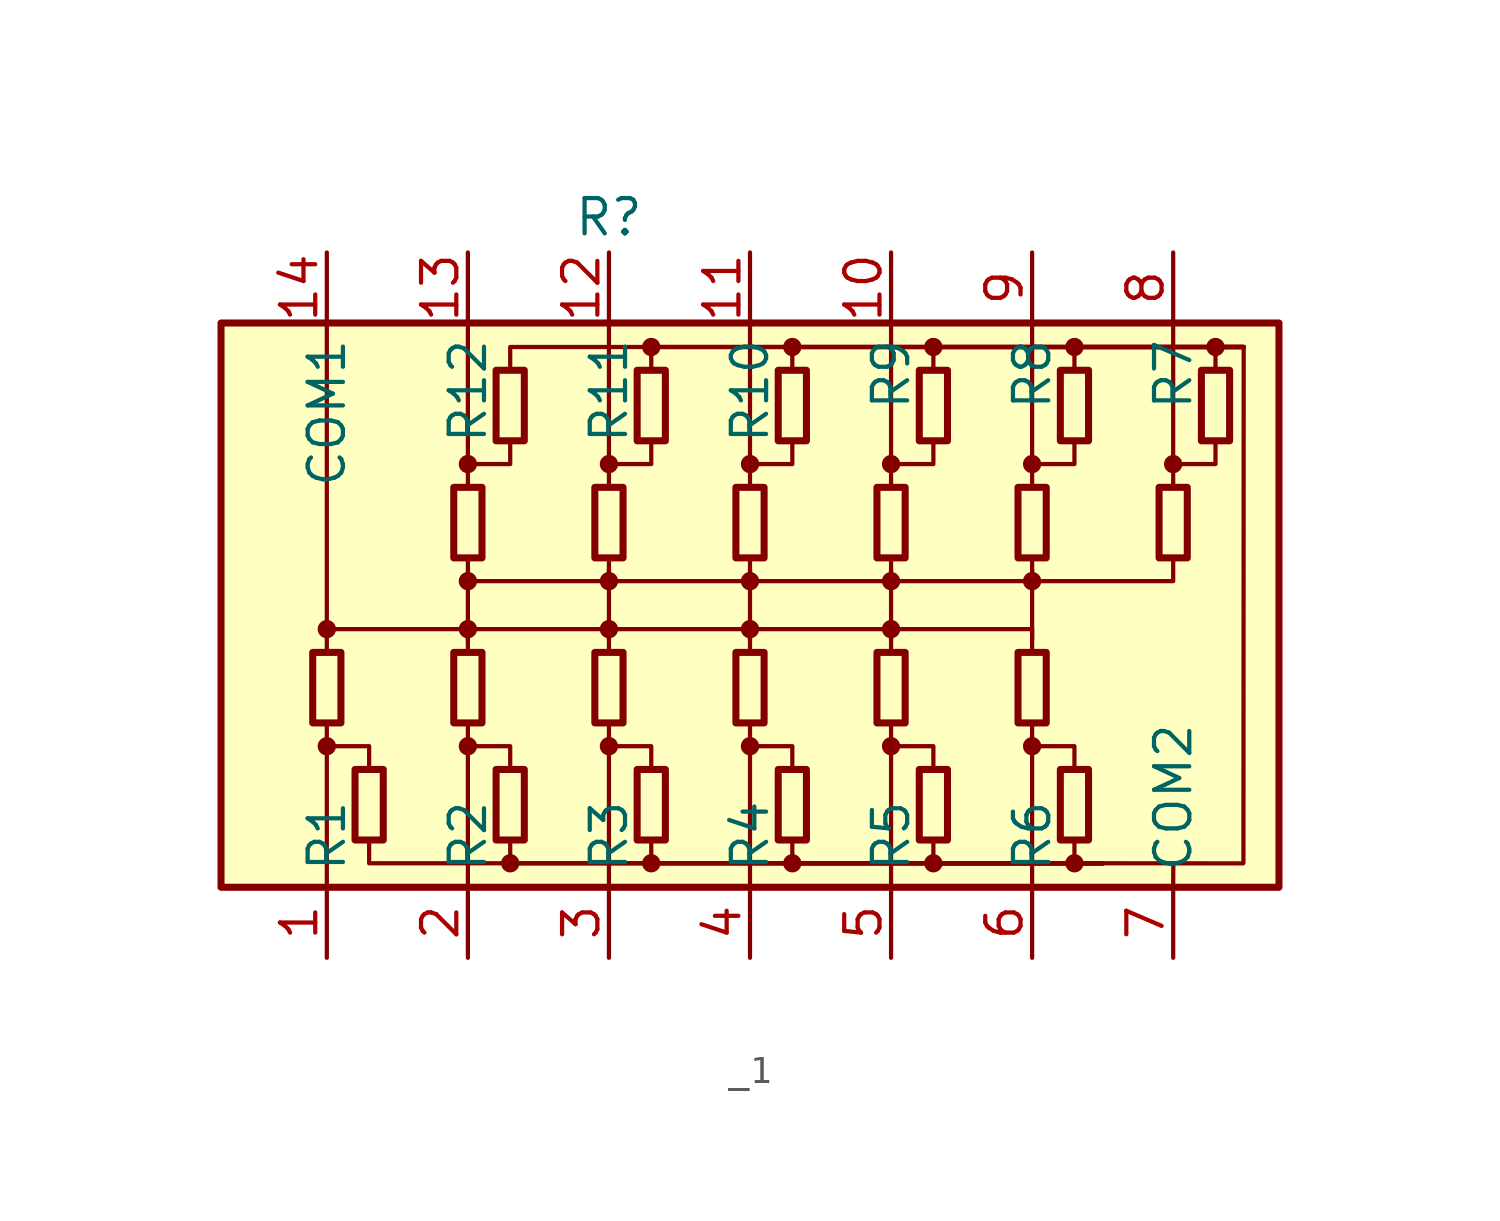
<source format=kicad_sym>
(kicad_symbol_lib
  (version 20241209)
  (generator "kicad_symbol_editor")
  (generator_version "9.0")
  (symbol "_1"
    (property "Reference" "R"
      (at 0 0 0)
      (effects (font (size 1.27 1.27))))
    (property "Value" ""
      (at 0 0 0)
      (effects (font (size 1.27 1.27))))
    (symbol "_1_0_1"
      (rectangle (start -13.97 -3.81) (end 24.13 -24.13) (stroke (width 0.254) (type default)) (fill (type background)))
      (rectangle (start -10.668 -15.672) (end -9.652 -18.212) (stroke (width 0.254) (type default)) (fill (type none)))
      (polyline (pts (xy -10.16 -3.81) (xy -10.16 -15.672)) (stroke (width 0) (type default)) (fill (type none)))
      (circle (center -10.16 -14.834) (radius 0.254) (stroke (width 0) (type default)) (fill (type outline)))
      (polyline (pts (xy -10.16 -14.834) (xy -5.08 -14.834) (xy -5.08 -15.672)) (stroke (width 0) (type default)) (fill (type none)))
      (circle (center -10.16 -19.05) (radius 0.254) (stroke (width 0) (type default)) (fill (type outline)))
      (polyline (pts (xy -10.16 -19.05) (xy -8.636 -19.05) (xy -8.636 -19.888)) (stroke (width 0) (type default)) (fill (type none)))
      (polyline (pts (xy -10.16 -24.13) (xy -10.16 -18.212)) (stroke (width 0) (type default)) (fill (type none)))
      (rectangle (start -9.144 -22.428) (end -8.128 -19.888) (stroke (width 0.254) (type default)) (fill (type none)))
      (polyline (pts (xy -8.636 -22.428) (xy -8.636 -23.266) (xy 17.78 -23.266)) (stroke (width 0) (type default)) (fill (type none)))
      (rectangle (start -5.588 -12.268) (end -4.572 -9.728) (stroke (width 0.254) (type default)) (fill (type none)))
      (rectangle (start -5.588 -15.672) (end -4.572 -18.212) (stroke (width 0.254) (type default)) (fill (type none)))
      (polyline (pts (xy -5.08 -3.81) (xy -5.08 -9.728)) (stroke (width 0) (type default)) (fill (type none)))
      (circle (center -5.08 -8.89) (radius 0.254) (stroke (width 0) (type default)) (fill (type outline)))
      (polyline (pts (xy -5.08 -8.89) (xy -3.556 -8.89) (xy -3.556 -8.052)) (stroke (width 0) (type default)) (fill (type none)))
      (circle (center -5.08 -13.106) (radius 0.254) (stroke (width 0) (type default)) (fill (type outline)))
      (polyline (pts (xy -5.08 -13.106) (xy 0 -13.106) (xy 0 -12.268)) (stroke (width 0) (type default)) (fill (type none)))
      (circle (center -5.08 -14.834) (radius 0.254) (stroke (width 0) (type default)) (fill (type outline)))
      (polyline (pts (xy -5.08 -14.834) (xy 0 -14.834) (xy 0 -15.672)) (stroke (width 0) (type default)) (fill (type none)))
      (polyline (pts (xy -5.08 -15.24) (xy -5.08 -12.268)) (stroke (width 0) (type default)) (fill (type none)))
      (circle (center -5.08 -19.05) (radius 0.254) (stroke (width 0) (type default)) (fill (type outline)))
      (polyline (pts (xy -5.08 -19.05) (xy -3.556 -19.05) (xy -3.556 -19.888)) (stroke (width 0) (type default)) (fill (type none)))
      (polyline (pts (xy -5.08 -24.13) (xy -5.08 -18.212)) (stroke (width 0) (type default)) (fill (type none)))
      (rectangle (start -4.064 -5.512) (end -3.048 -8.052) (stroke (width 0.254) (type default)) (fill (type none)))
      (rectangle (start -4.064 -22.428) (end -3.048 -19.888) (stroke (width 0.254) (type default)) (fill (type none)))
      (polyline (pts (xy -3.556 -5.512) (xy -3.556 -4.674) (xy 22.86 -4.674)) (stroke (width 0) (type default)) (fill (type none)))
      (polyline (pts (xy -3.556 -22.428) (xy -3.556 -23.266) (xy 17.78 -23.266)) (stroke (width 0) (type default)) (fill (type none)))
      (circle (center -3.556 -23.266) (radius 0.254) (stroke (width 0) (type default)) (fill (type outline)))
      (rectangle (start -0.508 -12.268) (end 0.508 -9.728) (stroke (width 0.254) (type default)) (fill (type none)))
      (rectangle (start -0.508 -15.672) (end 0.508 -18.212) (stroke (width 0.254) (type default)) (fill (type none)))
      (polyline (pts (xy 0 -3.81) (xy 0 -9.728)) (stroke (width 0) (type default)) (fill (type none)))
      (polyline (pts (xy 0 -8.89) (xy 1.524 -8.89) (xy 1.524 -8.052)) (stroke (width 0) (type default)) (fill (type none)))
      (circle (center 0 -8.89) (radius 0.254) (stroke (width 0) (type default)) (fill (type outline)))
      (polyline (pts (xy 0 -12.7) (xy 0 -15.24)) (stroke (width 0) (type default)) (fill (type none)))
      (polyline (pts (xy 0 -13.106) (xy 5.08 -13.106) (xy 5.08 -12.268)) (stroke (width 0) (type default)) (fill (type none)))
      (circle (center 0 -13.106) (radius 0.254) (stroke (width 0) (type default)) (fill (type outline)))
      (polyline (pts (xy 0 -14.834) (xy 5.08 -14.834) (xy 5.08 -15.672)) (stroke (width 0) (type default)) (fill (type none)))
      (circle (center 0 -14.834) (radius 0.254) (stroke (width 0) (type default)) (fill (type outline)))
      (polyline (pts (xy 0 -19.05) (xy 1.524 -19.05) (xy 1.524 -19.888)) (stroke (width 0) (type default)) (fill (type none)))
      (circle (center 0 -19.05) (radius 0.254) (stroke (width 0) (type default)) (fill (type outline)))
      (polyline (pts (xy 0 -24.13) (xy 0 -18.212)) (stroke (width 0) (type default)) (fill (type none)))
      (rectangle (start 1.016 -5.512) (end 2.032 -8.052) (stroke (width 0.254) (type default)) (fill (type none)))
      (rectangle (start 1.016 -22.428) (end 2.032 -19.888) (stroke (width 0.254) (type default)) (fill (type none)))
      (circle (center 1.524 -4.674) (radius 0.254) (stroke (width 0) (type default)) (fill (type outline)))
      (polyline (pts (xy 1.524 -5.512) (xy 1.524 -4.674) (xy 22.86 -4.674)) (stroke (width 0) (type default)) (fill (type none)))
      (polyline (pts (xy 1.524 -22.428) (xy 1.524 -23.266) (xy 17.78 -23.266)) (stroke (width 0) (type default)) (fill (type none)))
      (circle (center 1.524 -23.266) (radius 0.254) (stroke (width 0) (type default)) (fill (type outline)))
      (rectangle (start 4.572 -12.268) (end 5.588 -9.728) (stroke (width 0.254) (type default)) (fill (type none)))
      (rectangle (start 4.572 -15.672) (end 5.588 -18.212) (stroke (width 0.254) (type default)) (fill (type none)))
      (polyline (pts (xy 5.08 -3.81) (xy 5.08 -9.728)) (stroke (width 0) (type default)) (fill (type none)))
      (polyline (pts (xy 5.08 -8.89) (xy 6.604 -8.89) (xy 6.604 -8.052)) (stroke (width 0) (type default)) (fill (type none)))
      (circle (center 5.08 -8.89) (radius 0.254) (stroke (width 0) (type default)) (fill (type outline)))
      (polyline (pts (xy 5.08 -12.7) (xy 5.08 -15.24)) (stroke (width 0) (type default)) (fill (type none)))
      (polyline (pts (xy 5.08 -13.106) (xy 10.16 -13.106) (xy 10.16 -12.268)) (stroke (width 0) (type default)) (fill (type none)))
      (circle (center 5.08 -13.106) (radius 0.254) (stroke (width 0) (type default)) (fill (type outline)))
      (polyline (pts (xy 5.08 -14.834) (xy 10.16 -14.834) (xy 10.16 -15.672)) (stroke (width 0) (type default)) (fill (type none)))
      (circle (center 5.08 -14.834) (radius 0.254) (stroke (width 0) (type default)) (fill (type outline)))
      (polyline (pts (xy 5.08 -19.05) (xy 6.604 -19.05) (xy 6.604 -19.888)) (stroke (width 0) (type default)) (fill (type none)))
      (circle (center 5.08 -19.05) (radius 0.254) (stroke (width 0) (type default)) (fill (type outline)))
      (polyline (pts (xy 5.08 -24.13) (xy 5.08 -18.212)) (stroke (width 0) (type default)) (fill (type none)))
      (rectangle (start 6.096 -5.512) (end 7.112 -8.052) (stroke (width 0.254) (type default)) (fill (type none)))
      (rectangle (start 6.096 -22.428) (end 7.112 -19.888) (stroke (width 0.254) (type default)) (fill (type none)))
      (circle (center 6.604 -4.674) (radius 0.254) (stroke (width 0) (type default)) (fill (type outline)))
      (polyline (pts (xy 6.604 -5.512) (xy 6.604 -4.674) (xy 22.86 -4.674)) (stroke (width 0) (type default)) (fill (type none)))
      (polyline (pts (xy 6.604 -22.428) (xy 6.604 -23.266) (xy 17.78 -23.266)) (stroke (width 0) (type default)) (fill (type none)))
      (circle (center 6.604 -23.266) (radius 0.254) (stroke (width 0) (type default)) (fill (type outline)))
      (rectangle (start 9.652 -12.268) (end 10.668 -9.728) (stroke (width 0.254) (type default)) (fill (type none)))
      (rectangle (start 9.652 -15.672) (end 10.668 -18.212) (stroke (width 0.254) (type default)) (fill (type none)))
      (polyline (pts (xy 10.16 -3.81) (xy 10.16 -9.728)) (stroke (width 0) (type default)) (fill (type none)))
      (polyline (pts (xy 10.16 -8.89) (xy 11.684 -8.89) (xy 11.684 -8.052)) (stroke (width 0) (type default)) (fill (type none)))
      (circle (center 10.16 -8.89) (radius 0.254) (stroke (width 0) (type default)) (fill (type outline)))
      (polyline (pts (xy 10.16 -12.7) (xy 10.16 -15.24)) (stroke (width 0) (type default)) (fill (type none)))
      (polyline (pts (xy 10.16 -13.106) (xy 15.24 -13.106) (xy 15.24 -12.268)) (stroke (width 0) (type default)) (fill (type none)))
      (circle (center 10.16 -13.106) (radius 0.254) (stroke (width 0) (type default)) (fill (type outline)))
      (polyline (pts (xy 10.16 -14.834) (xy 15.24 -14.834) (xy 15.24 -15.672)) (stroke (width 0) (type default)) (fill (type none)))
      (circle (center 10.16 -14.834) (radius 0.254) (stroke (width 0) (type default)) (fill (type outline)))
      (polyline (pts (xy 10.16 -19.05) (xy 11.684 -19.05) (xy 11.684 -19.888)) (stroke (width 0) (type default)) (fill (type none)))
      (circle (center 10.16 -19.05) (radius 0.254) (stroke (width 0) (type default)) (fill (type outline)))
      (polyline (pts (xy 10.16 -24.13) (xy 10.16 -18.212)) (stroke (width 0) (type default)) (fill (type none)))
      (rectangle (start 11.176 -5.512) (end 12.192 -8.052) (stroke (width 0.254) (type default)) (fill (type none)))
      (rectangle (start 11.176 -22.428) (end 12.192 -19.888) (stroke (width 0.254) (type default)) (fill (type none)))
      (circle (center 11.684 -4.674) (radius 0.254) (stroke (width 0) (type default)) (fill (type outline)))
      (polyline (pts (xy 11.684 -5.512) (xy 11.684 -4.674) (xy 22.86 -4.674)) (stroke (width 0) (type default)) (fill (type none)))
      (polyline (pts (xy 11.684 -22.428) (xy 11.684 -23.266) (xy 17.78 -23.266)) (stroke (width 0) (type default)) (fill (type none)))
      (circle (center 11.684 -23.266) (radius 0.254) (stroke (width 0) (type default)) (fill (type outline)))
      (rectangle (start 14.732 -12.268) (end 15.748 -9.728) (stroke (width 0.254) (type default)) (fill (type none)))
      (rectangle (start 14.732 -15.672) (end 15.748 -18.212) (stroke (width 0.254) (type default)) (fill (type none)))
      (polyline (pts (xy 15.24 -3.81) (xy 15.24 -9.728)) (stroke (width 0) (type default)) (fill (type none)))
      (polyline (pts (xy 15.24 -8.89) (xy 16.764 -8.89) (xy 16.764 -8.052)) (stroke (width 0) (type default)) (fill (type none)))
      (circle (center 15.24 -8.89) (radius 0.254) (stroke (width 0) (type default)) (fill (type outline)))
      (polyline (pts (xy 15.24 -12.7) (xy 15.24 -15.24)) (stroke (width 0) (type default)) (fill (type none)))
      (polyline (pts (xy 15.24 -13.106) (xy 20.32 -13.106) (xy 20.32 -12.268)) (stroke (width 0) (type default)) (fill (type none)))
      (circle (center 15.24 -13.106) (radius 0.254) (stroke (width 0) (type default)) (fill (type outline)))
      (polyline (pts (xy 15.24 -19.05) (xy 16.764 -19.05) (xy 16.764 -19.888)) (stroke (width 0) (type default)) (fill (type none)))
      (circle (center 15.24 -19.05) (radius 0.254) (stroke (width 0) (type default)) (fill (type outline)))
      (polyline (pts (xy 15.24 -24.13) (xy 15.24 -18.212)) (stroke (width 0) (type default)) (fill (type none)))
      (rectangle (start 16.256 -5.512) (end 17.272 -8.052) (stroke (width 0.254) (type default)) (fill (type none)))
      (rectangle (start 16.256 -22.428) (end 17.272 -19.888) (stroke (width 0.254) (type default)) (fill (type none)))
      (circle (center 16.764 -4.674) (radius 0.254) (stroke (width 0) (type default)) (fill (type outline)))
      (polyline (pts (xy 16.764 -5.512) (xy 16.764 -4.674) (xy 22.86 -4.674)) (stroke (width 0) (type default)) (fill (type none)))
      (polyline (pts (xy 16.764 -22.428) (xy 16.764 -23.266) (xy 17.78 -23.266)) (stroke (width 0) (type default)) (fill (type none)))
      (circle (center 16.764 -23.266) (radius 0.254) (stroke (width 0) (type default)) (fill (type outline)))
      (polyline (pts (xy 17.78 -23.266) (xy 22.84 -23.27)) (stroke (width 0) (type default)) (fill (type none)))
      (rectangle (start 19.812 -12.268) (end 20.828 -9.728) (stroke (width 0.254) (type default)) (fill (type none)))
      (polyline (pts (xy 20.32 -3.81) (xy 20.32 -9.728)) (stroke (width 0) (type default)) (fill (type none)))
      (polyline (pts (xy 20.32 -8.89) (xy 21.844 -8.89) (xy 21.844 -8.052)) (stroke (width 0) (type default)) (fill (type none)))
      (circle (center 20.32 -8.89) (radius 0.254) (stroke (width 0) (type default)) (fill (type outline)))
      (polyline (pts (xy 20.32 -24.13) (xy 20.325 -23.28)) (stroke (width 0) (type default)) (fill (type none)))
      (rectangle (start 21.336 -5.512) (end 22.352 -8.052) (stroke (width 0.254) (type default)) (fill (type none)))
      (circle (center 21.844 -4.674) (radius 0.254) (stroke (width 0) (type default)) (fill (type outline)))
      (polyline (pts (xy 21.844 -5.512) (xy 21.844 -4.674) (xy 22.86 -4.674)) (stroke (width 0) (type default)) (fill (type none)))
      (polyline (pts (xy 22.86 -4.674) (xy 22.85 -23.24)) (stroke (width 0) (type default)) (fill (type none))))
    (symbol "_1_1_1"
      (pin passive line (at -10.16 -1.27 270) (length 2.54) (name "COM1" (effects (font (size 1.27 1.27)))) (number "14" (effects (font (size 1.27 1.27)))))
      (pin passive line (at -10.16 -26.67 90) (length 2.54) (name "R1" (effects (font (size 1.27 1.27)))) (number "1" (effects (font (size 1.27 1.27)))))
      (pin passive line (at -5.08 -1.27 270) (length 2.54) (name "R12" (effects (font (size 1.27 1.27)))) (number "13" (effects (font (size 1.27 1.27)))))
      (pin passive line (at -5.08 -26.67 90) (length 2.54) (name "R2" (effects (font (size 1.27 1.27)))) (number "2" (effects (font (size 1.27 1.27)))))
      (pin passive line (at 0 -1.27 270) (length 2.54) (name "R11" (effects (font (size 1.27 1.27)))) (number "12" (effects (font (size 1.27 1.27)))))
      (pin passive line (at 0 -26.67 90) (length 2.54) (name "R3" (effects (font (size 1.27 1.27)))) (number "3" (effects (font (size 1.27 1.27)))))
      (pin passive line (at 5.08 -1.27 270) (length 2.54) (name "R10" (effects (font (size 1.27 1.27)))) (number "11" (effects (font (size 1.27 1.27)))))
      (pin passive line (at 5.08 -26.67 90) (length 2.54) (name "R4" (effects (font (size 1.27 1.27)))) (number "4" (effects (font (size 1.27 1.27)))))
      (pin passive line (at 10.16 -1.27 270) (length 2.54) (name "R9" (effects (font (size 1.27 1.27)))) (number "10" (effects (font (size 1.27 1.27)))))
      (pin passive line (at 10.16 -26.67 90) (length 2.54) (name "R5" (effects (font (size 1.27 1.27)))) (number "5" (effects (font (size 1.27 1.27)))))
      (pin passive line (at 15.24 -1.27 270) (length 2.54) (name "R8" (effects (font (size 1.27 1.27)))) (number "9" (effects (font (size 1.27 1.27)))))
      (pin passive line (at 15.24 -26.67 90) (length 2.54) (name "R6" (effects (font (size 1.27 1.27)))) (number "6" (effects (font (size 1.27 1.27)))))
      (pin passive line (at 20.32 -1.27 270) (length 2.54) (name "R7" (effects (font (size 1.27 1.27)))) (number "8" (effects (font (size 1.27 1.27)))))
      (pin passive line (at 20.32 -26.67 90) (length 2.54) (name "COM2" (effects (font (size 1.27 1.27)))) (number "7" (effects (font (size 1.27 1.27))))))))
</source>
